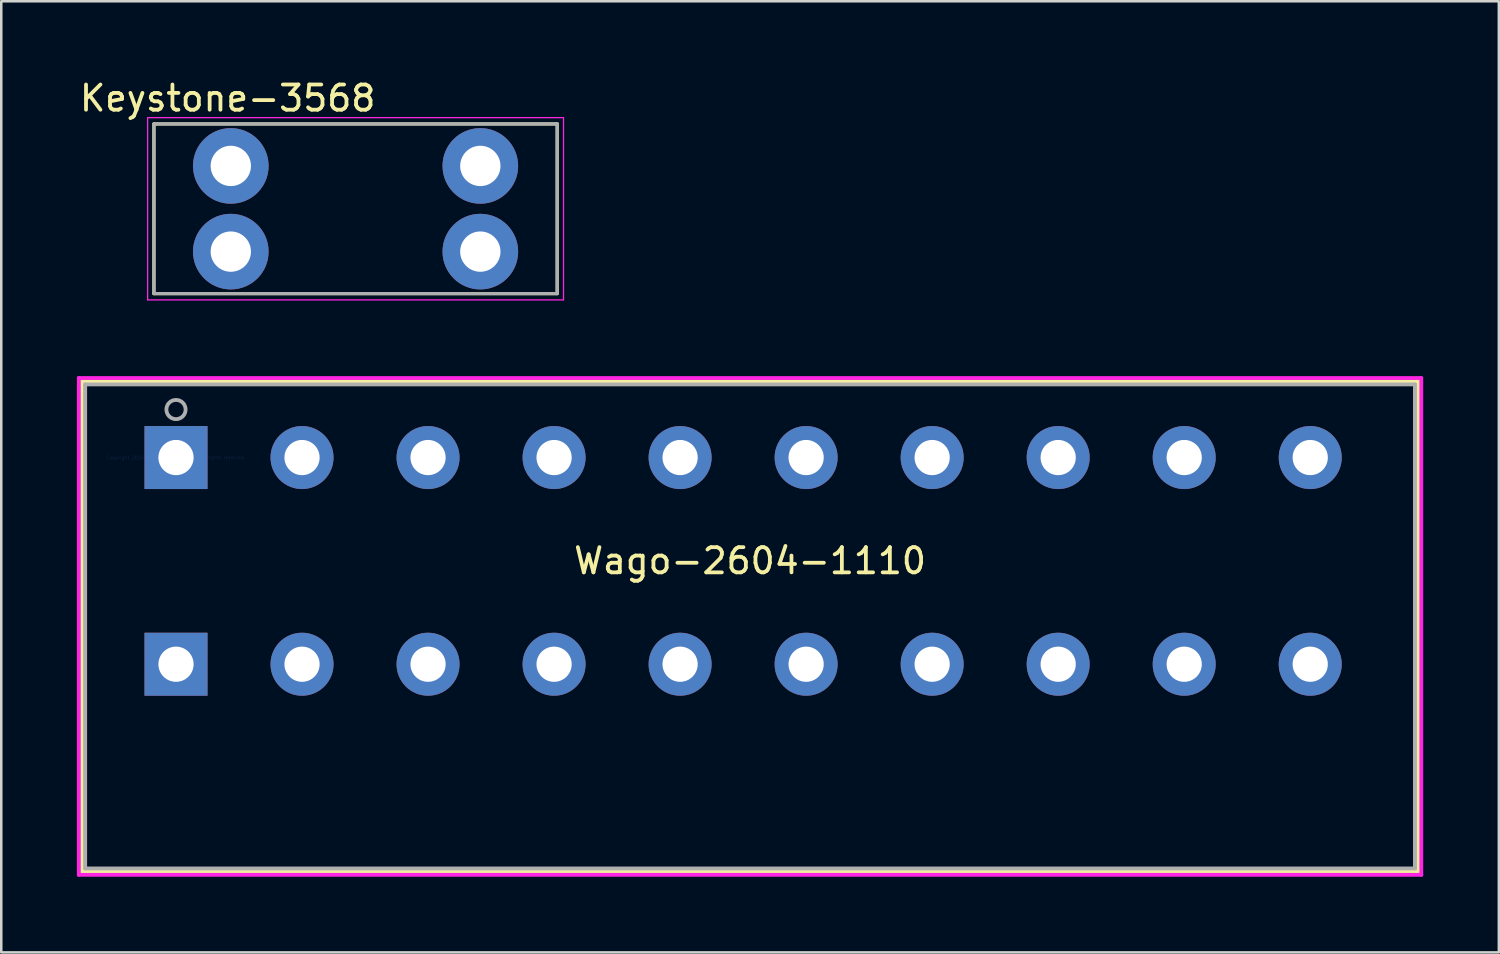
<source format=kicad_pcb>
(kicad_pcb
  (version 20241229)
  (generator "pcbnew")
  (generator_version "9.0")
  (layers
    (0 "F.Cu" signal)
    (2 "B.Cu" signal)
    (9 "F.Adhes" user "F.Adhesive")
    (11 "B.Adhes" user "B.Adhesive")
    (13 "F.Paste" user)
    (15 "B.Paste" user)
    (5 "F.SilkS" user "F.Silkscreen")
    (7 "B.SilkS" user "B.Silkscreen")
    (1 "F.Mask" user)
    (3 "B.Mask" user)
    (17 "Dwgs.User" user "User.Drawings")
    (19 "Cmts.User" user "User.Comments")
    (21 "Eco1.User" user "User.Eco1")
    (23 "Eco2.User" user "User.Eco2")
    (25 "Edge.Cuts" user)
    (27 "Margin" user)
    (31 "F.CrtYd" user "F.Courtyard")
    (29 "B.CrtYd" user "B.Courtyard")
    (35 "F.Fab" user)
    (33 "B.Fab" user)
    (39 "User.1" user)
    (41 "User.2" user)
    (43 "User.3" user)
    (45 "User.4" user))
  (footprint "Wago-2604-1110"
    (layer "F.Cu")
    (at 3.933 15.103)
    (property "Reference" "Wago-2604-1110" (at 22.775 4.1 0) (layer "F.SilkS") (effects (font (size 1 1) (thickness 0.15))))
    (attr through_hole)
    (fp_line (start -3.73 -3.027) (end -3.73 16.429) (stroke (width 0.152) (type solid)) (layer "F.SilkS"))
    (fp_line (start -3.73 16.429) (end 49.28 16.429) (stroke (width 0.152) (type solid)) (layer "F.SilkS"))
    (fp_line (start 49.28 -3.027) (end -3.73 -3.027) (stroke (width 0.152) (type solid)) (layer "F.SilkS"))
    (fp_line (start 49.28 16.429) (end 49.28 -3.027) (stroke (width 0.152) (type solid)) (layer "F.SilkS"))
    (fp_line (start -3.857 -3.154) (end -3.857 16.556) (stroke (width 0.152) (type solid)) (layer "F.CrtYd"))
    (fp_line (start -3.857 16.556) (end 49.407 16.556) (stroke (width 0.152) (type solid)) (layer "F.CrtYd"))
    (fp_line (start 49.407 -3.154) (end -3.857 -3.154) (stroke (width 0.152) (type solid)) (layer "F.CrtYd"))
    (fp_line (start 49.407 16.556) (end 49.407 -3.154) (stroke (width 0.152) (type solid)) (layer "F.CrtYd"))
    (fp_line (start -3.603 -2.9) (end -3.603 16.302) (stroke (width 0.152) (type solid)) (layer "F.Fab"))
    (fp_line (start -3.603 16.302) (end 49.153 16.302) (stroke (width 0.152) (type solid)) (layer "F.Fab"))
    (fp_line (start 49.153 -2.9) (end -3.603 -2.9) (stroke (width 0.152) (type solid)) (layer "F.Fab"))
    (fp_line (start 49.153 16.302) (end 49.153 -2.9) (stroke (width 0.152) (type solid)) (layer "F.Fab"))
    (fp_circle (center 0 -1.905) (end 0.381 -1.905) (stroke (width 0.152) (type solid)) (fill no) (layer "F.Fab"))
    (fp_text user "Copyright 2016 Accelerated Designs. All rights reserved." (at 0 0 0) (layer "Cmts.User") (effects (font (size 0.127 0.127) (thickness 0.002))))
    (pad "1" thru_hole rect (at 0.000001 0) (size 2.5 2.5) (drill 1.397) (layers "*.Cu" "*.Mask"))
    (pad "1" thru_hole rect (at 0.000001 8.2) (size 2.5 2.5) (drill 1.397) (layers "*.Cu" "*.Mask"))
    (pad "2" thru_hole circle (at 5 0) (size 2.5 2.5) (drill 1.397) (layers "*.Cu" "*.Mask"))
    (pad "2" thru_hole circle (at 5 8.2) (size 2.5 2.5) (drill 1.397) (layers "*.Cu" "*.Mask"))
    (pad "3" thru_hole circle (at 10 0) (size 2.5 2.5) (drill 1.397) (layers "*.Cu" "*.Mask"))
    (pad "3" thru_hole circle (at 10 8.2) (size 2.5 2.5) (drill 1.397) (layers "*.Cu" "*.Mask"))
    (pad "4" thru_hole circle (at 15 0) (size 2.5 2.5) (drill 1.397) (layers "*.Cu" "*.Mask"))
    (pad "4" thru_hole circle (at 15 8.2) (size 2.5 2.5) (drill 1.397) (layers "*.Cu" "*.Mask"))
    (pad "5" thru_hole circle (at 20 0) (size 2.5 2.5) (drill 1.397) (layers "*.Cu" "*.Mask"))
    (pad "5" thru_hole circle (at 20 8.2) (size 2.5 2.5) (drill 1.397) (layers "*.Cu" "*.Mask"))
    (pad "6" thru_hole circle (at 25 0) (size 2.5 2.5) (drill 1.397) (layers "*.Cu" "*.Mask"))
    (pad "6" thru_hole circle (at 25 8.2) (size 2.5 2.5) (drill 1.397) (layers "*.Cu" "*.Mask"))
    (pad "7" thru_hole circle (at 30 0) (size 2.5 2.5) (drill 1.397) (layers "*.Cu" "*.Mask"))
    (pad "7" thru_hole circle (at 30 8.2) (size 2.5 2.5) (drill 1.397) (layers "*.Cu" "*.Mask"))
    (pad "8" thru_hole circle (at 35 0) (size 2.5 2.5) (drill 1.397) (layers "*.Cu" "*.Mask"))
    (pad "8" thru_hole circle (at 35 8.2) (size 2.5 2.5) (drill 1.397) (layers "*.Cu" "*.Mask"))
    (pad "9" thru_hole circle (at 40 0) (size 2.5 2.5) (drill 1.397) (layers "*.Cu" "*.Mask"))
    (pad "9" thru_hole circle (at 40 8.2) (size 2.5 2.5) (drill 1.397) (layers "*.Cu" "*.Mask"))
    (pad "10" thru_hole circle (at 45 0) (size 2.5 2.5) (drill 1.397) (layers "*.Cu" "*.Mask"))
    (pad "10" thru_hole circle (at 45 8.2) (size 2.5 2.5) (drill 1.397) (layers "*.Cu" "*.Mask")))
  (footprint "Keystone-3568"
    (layer "F.Cu")
    (at 11.057 5.233)
    (property "Reference" "Keystone-3568" (at -5.075 -4.385 0) (layer "F.SilkS") (effects (font (size 1 1) (thickness 0.15))))
    (attr through_hole)
    (fp_line (start -8 -3.365) (end 8 -3.365) (stroke (width 0.127) (type solid)) (layer "F.SilkS"))
    (fp_line (start -8 3.365) (end -8 -3.365) (stroke (width 0.127) (type solid)) (layer "F.SilkS"))
    (fp_line (start 8 -3.365) (end 8 3.365) (stroke (width 0.127) (type solid)) (layer "F.SilkS"))
    (fp_line (start 8 3.365) (end -8 3.365) (stroke (width 0.127) (type solid)) (layer "F.SilkS"))
    (fp_line (start -8.25 -3.615) (end 8.25 -3.615) (stroke (width 0.05) (type solid)) (layer "F.CrtYd"))
    (fp_line (start -8.25 3.615) (end -8.25 -3.615) (stroke (width 0.05) (type solid)) (layer "F.CrtYd"))
    (fp_line (start 8.25 -3.615) (end 8.25 3.615) (stroke (width 0.05) (type solid)) (layer "F.CrtYd"))
    (fp_line (start 8.25 3.615) (end -8.25 3.615) (stroke (width 0.05) (type solid)) (layer "F.CrtYd"))
    (fp_line (start -8 -3.365) (end 8 -3.365) (stroke (width 0.127) (type solid)) (layer "F.Fab"))
    (fp_line (start -8 3.365) (end -8 -3.365) (stroke (width 0.127) (type solid)) (layer "F.Fab"))
    (fp_line (start 8 -3.365) (end 8 3.365) (stroke (width 0.127) (type solid)) (layer "F.Fab"))
    (fp_line (start 8 3.365) (end -8 3.365) (stroke (width 0.127) (type solid)) (layer "F.Fab"))
    (pad "1" thru_hole circle (at -4.95 -1.7) (size 3 3) (drill 1.6) (layers "*.Cu" "*.Mask"))
    (pad "1" thru_hole circle (at -4.95 1.7) (size 3 3) (drill 1.6) (layers "*.Cu" "*.Mask"))
    (pad "2" thru_hole circle (at 4.95 -1.7) (size 3 3) (drill 1.6) (layers "*.Cu" "*.Mask"))
    (pad "2" thru_hole circle (at 4.95 1.7) (size 3 3) (drill 1.6) (layers "*.Cu" "*.Mask")))
  (gr_rect
    (start -3 -3)
    (end 56.416 34.736)
    (stroke (width 0.1) (type default))
    (fill no)
    (layer "Edge.Cuts")))
</source>
